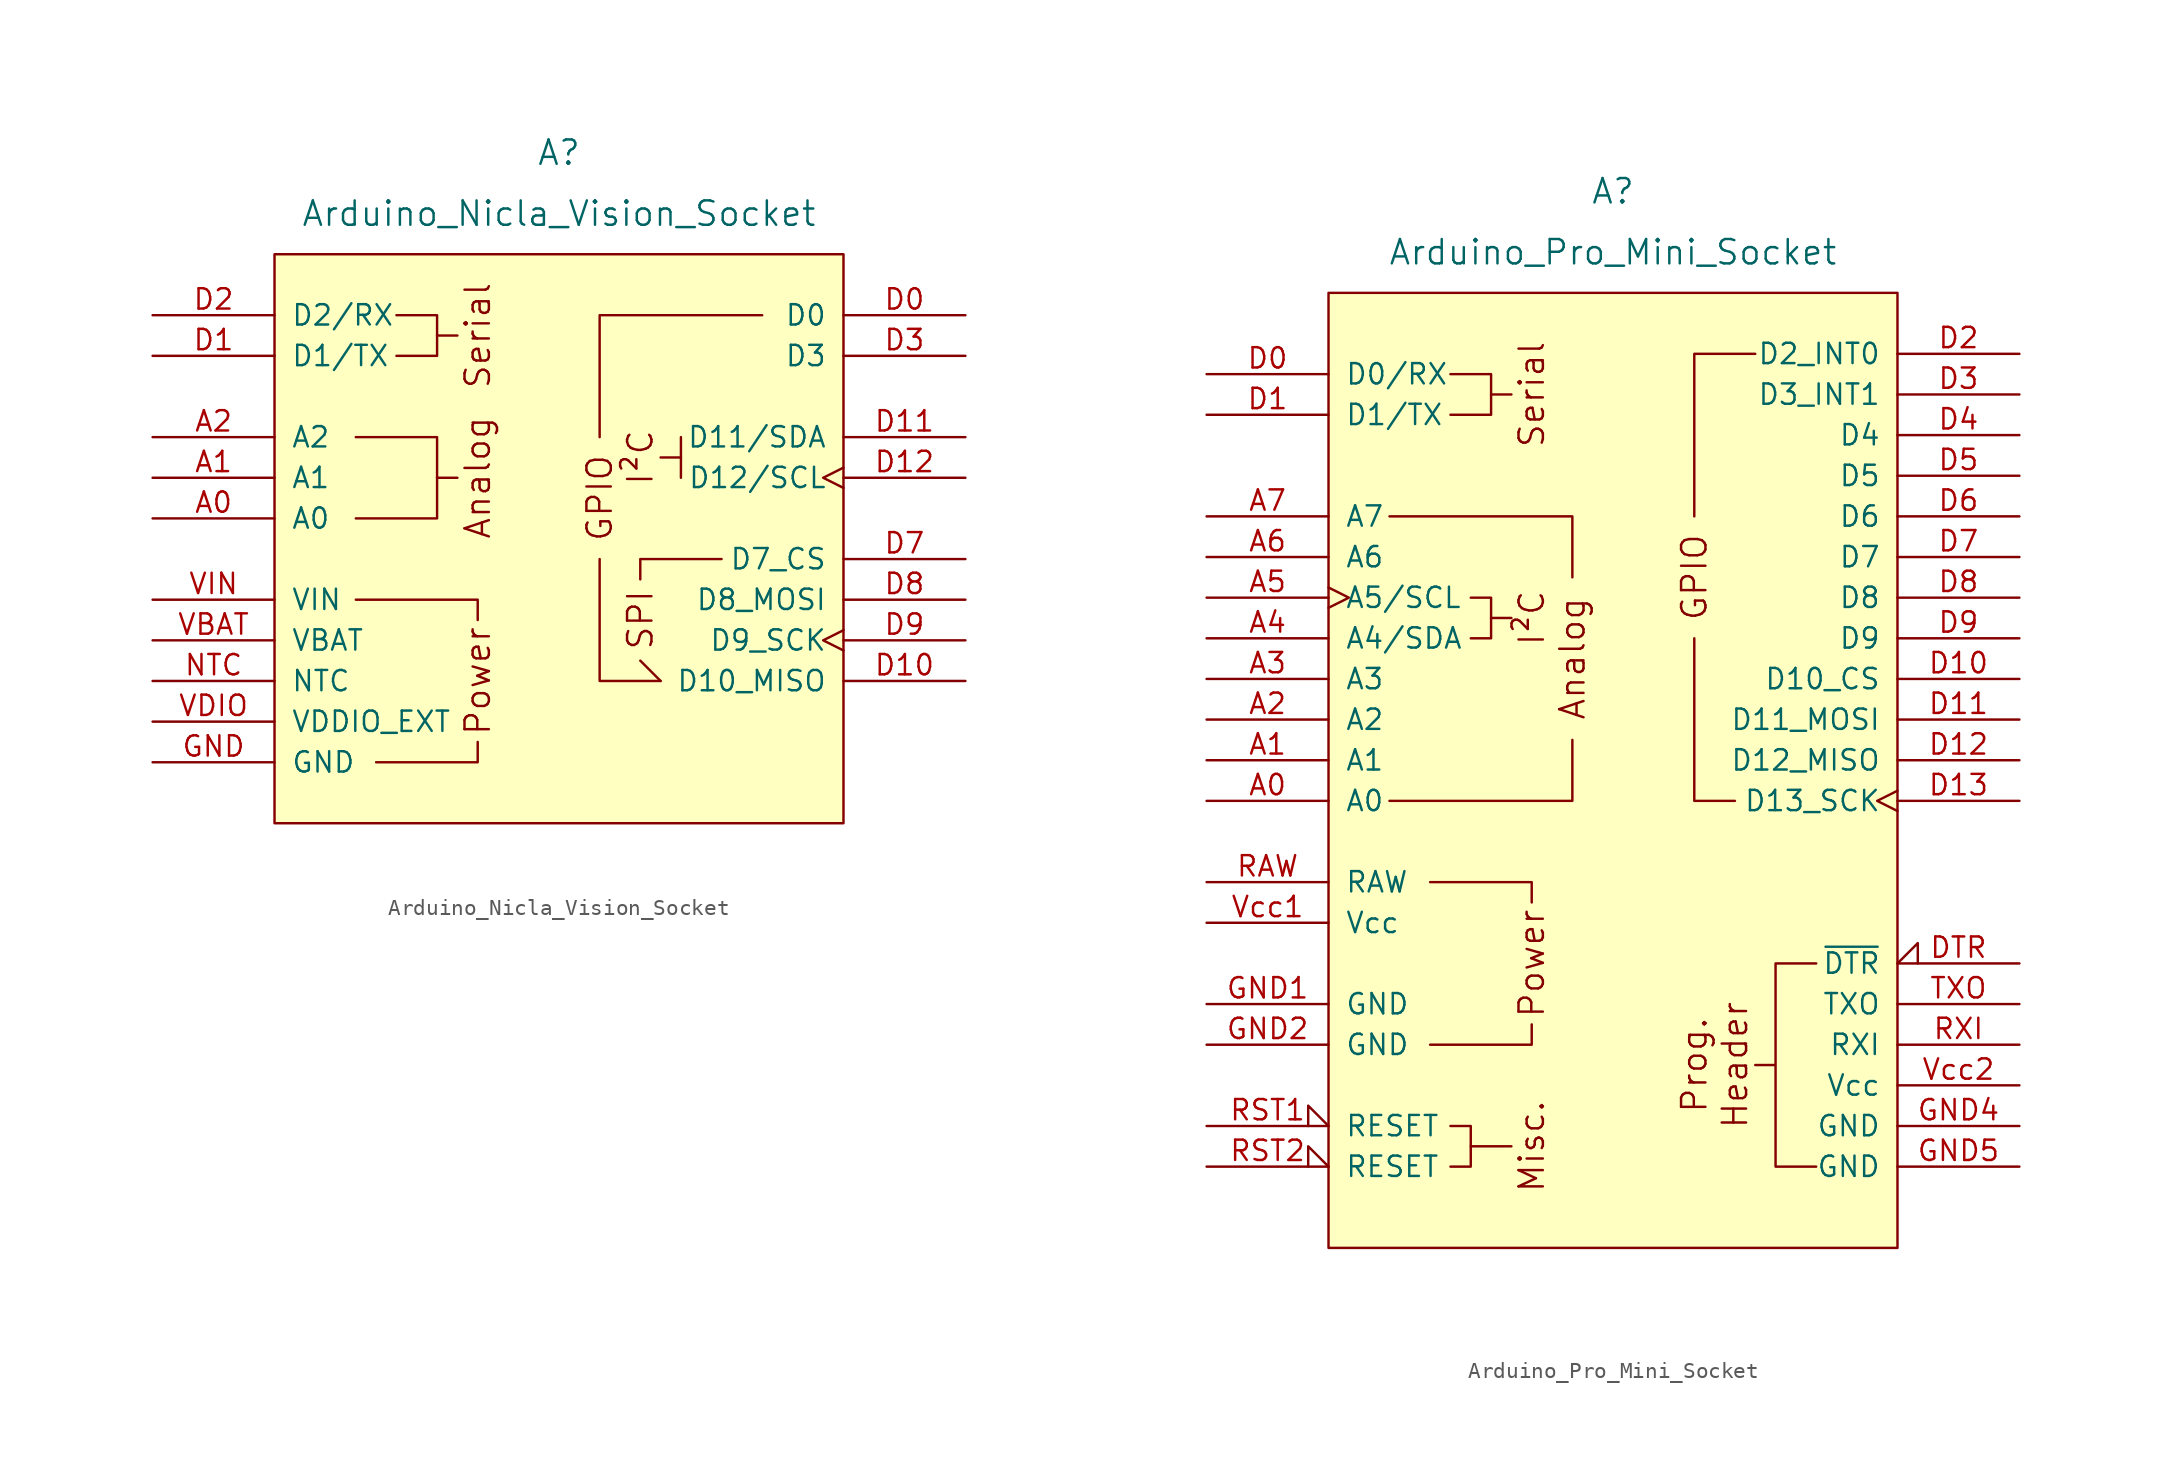
<source format=kicad_sym>
(kicad_symbol_lib
  (version 20241209)
  (generator "kicad_symbol_editor")
  (generator_version "9.0")
  (symbol "Arduino_Nicla_Vision_Socket"
    (pin_names
      (offset 1.016))
    (property "Reference" "A"
      (at 0 33.02 0)
      (effects (font (size 1.524 1.524))))
    (property "Value" "Arduino_Nicla_Vision_Socket"
      (at 0 29.21 0)
      (effects (font (size 1.524 1.524))))
    (symbol "Arduino_Nicla_Vision_Socket_0_0"
      (rectangle (start -17.78 26.67) (end 17.78 -8.89) (stroke (width 0) (type default)) (fill (type background)))
      (polyline (pts (xy -11.43 -5.08) (xy -5.08 -5.08) (xy -5.08 -3.81)) (stroke (width 0) (type default)) (fill (type none)))
      (polyline (pts (xy -10.16 22.86) (xy -7.62 22.86) (xy -7.62 20.32) (xy -10.16 20.32)) (stroke (width 0) (type default)) (fill (type none)))
      (polyline (pts (xy -7.62 21.59) (xy -6.35 21.59)) (stroke (width 0) (type default)) (fill (type none)))
      (polyline (pts (xy -7.62 12.7) (xy -6.35 12.7)) (stroke (width 0) (type default)) (fill (type none)))
      (polyline (pts (xy -5.08 3.81) (xy -5.08 5.08) (xy -12.7 5.08)) (stroke (width 0) (type default)) (fill (type none)))
      (polyline (pts (xy 5.08 6.35) (xy 5.08 6.35) (xy 5.08 7.62) (xy 10.16 7.62)) (stroke (width 0) (type default)) (fill (type none)))
      (polyline (pts (xy 6.35 0) (xy 6.35 0) (xy 6.35 0) (xy 5.08 1.27)) (stroke (width 0) (type default)) (fill (type none)))
      (polyline (pts (xy 7.62 13.97) (xy 6.35 13.97)) (stroke (width 0) (type default)) (fill (type none)))
      (polyline (pts (xy 7.62 12.7) (xy 7.62 12.7) (xy 7.62 15.24) (xy 7.62 15.24)) (stroke (width 0) (type default)) (fill (type none)))
      (text "Serial" (at -5.08 21.59 900) (effects (font (size 1.524 1.524))))
      (text "Analog" (at -5.08 12.7 900) (effects (font (size 1.524 1.524))))
      (text "Power" (at -5.08 0 900) (effects (font (size 1.524 1.524))))
      (text "I²C" (at 5.08 13.97 900) (effects (font (size 1.524 1.524)))))
    (symbol "Arduino_Nicla_Vision_Socket_0_1"
      (polyline (pts (xy -12.7 15.24) (xy -7.62 15.24) (xy -7.62 12.7)) (stroke (width 0) (type default)) (fill (type none)))
      (polyline (pts (xy -12.7 10.16) (xy -7.62 10.16) (xy -7.62 12.7)) (stroke (width 0) (type default)) (fill (type none)))
      (polyline (pts (xy 6.35 0) (xy 2.54 0) (xy 2.54 7.62)) (stroke (width 0) (type default)) (fill (type none)))
      (polyline (pts (xy 12.7 22.86) (xy 2.54 22.86) (xy 2.54 15.24)) (stroke (width 0) (type default)) (fill (type none))))
    (symbol "Arduino_Nicla_Vision_Socket_1_0"
      (text "GPIO" (at 2.54 11.43 900) (effects (font (size 1.524 1.524))))
      (text "SPI" (at 5.08 3.81 900) (effects (font (size 1.524 1.524)))))
    (symbol "Arduino_Nicla_Vision_Socket_1_1"
      (pin bidirectional line (at -25.4 22.86 0) (length 7.62) (name "D2/RX" (effects (font (size 1.27 1.27)))) (number "D2" (effects (font (size 1.27 1.27)))))
      (pin bidirectional line (at -25.4 20.32 0) (length 7.62) (name "D1/TX" (effects (font (size 1.27 1.27)))) (number "D1" (effects (font (size 1.27 1.27)))))
      (pin bidirectional line (at -25.4 15.24 0) (length 7.62) (name "A2" (effects (font (size 1.27 1.27)))) (number "A2" (effects (font (size 1.27 1.27)))))
      (pin bidirectional line (at -25.4 12.7 0) (length 7.62) (name "A1" (effects (font (size 1.27 1.27)))) (number "A1" (effects (font (size 1.27 1.27)))))
      (pin bidirectional line (at -25.4 10.16 0) (length 7.62) (name "A0" (effects (font (size 1.27 1.27)))) (number "A0" (effects (font (size 1.27 1.27)))))
      (pin power_in line (at -25.4 5.08 0) (length 7.62) (name "VIN" (effects (font (size 1.27 1.27)))) (number "VIN" (effects (font (size 1.27 1.27)))))
      (pin power_in line (at -25.4 2.54 0) (length 7.62) (name "VBAT" (effects (font (size 1.27 1.27)))) (number "VBAT" (effects (font (size 1.27 1.27)))))
      (pin input line (at -25.4 0 0) (length 7.62) (name "NTC" (effects (font (size 1.27 1.27)))) (number "NTC" (effects (font (size 1.27 1.27)))))
      (pin power_out line (at -25.4 -2.54 0) (length 7.62) (name "VDDIO_EXT" (effects (font (size 1.27 1.27)))) (number "VDIO" (effects (font (size 1.27 1.27)))))
      (pin power_in line (at -25.4 -5.08 0) (length 7.62) (name "GND" (effects (font (size 1.27 1.27)))) (number "GND" (effects (font (size 1.27 1.27)))))
      (pin bidirectional line (at 25.4 22.86 180) (length 7.62) (name "D0" (effects (font (size 1.27 1.27)))) (number "D0" (effects (font (size 1.27 1.27)))))
      (pin bidirectional line (at 25.4 20.32 180) (length 7.62) (name "D3" (effects (font (size 1.27 1.27)))) (number "D3" (effects (font (size 1.27 1.27)))))
      (pin bidirectional line (at 25.4 15.24 180) (length 7.62) (name "D11/SDA" (effects (font (size 1.27 1.27)))) (number "D11" (effects (font (size 1.27 1.27)))))
      (pin bidirectional clock (at 25.4 12.7 180) (length 7.62) (name "D12/SCL" (effects (font (size 1.27 1.27)))) (number "D12" (effects (font (size 1.27 1.27)))))
      (pin bidirectional line (at 25.4 7.62 180) (length 7.62) (name "D7_CS" (effects (font (size 1.27 1.27)))) (number "D7" (effects (font (size 1.27 1.27)))))
      (pin bidirectional line (at 25.4 5.08 180) (length 7.62) (name "D8_MOSI" (effects (font (size 1.27 1.27)))) (number "D8" (effects (font (size 1.27 1.27)))))
      (pin bidirectional clock (at 25.4 2.54 180) (length 7.62) (name "D9_SCK" (effects (font (size 1.27 1.27)))) (number "D9" (effects (font (size 1.27 1.27)))))
      (pin bidirectional line (at 25.4 0 180) (length 7.62) (name "D10_MISO" (effects (font (size 1.27 1.27)))) (number "D10" (effects (font (size 1.27 1.27)))))))
  (symbol "Arduino_Pro_Mini_Socket"
    (pin_names
      (offset 1.016))
    (property "Reference" "A"
      (at 0 36.83 0)
      (effects (font (size 1.524 1.524))))
    (property "Value" "Arduino_Pro_Mini_Socket"
      (at 0 33.02 0)
      (effects (font (size 1.524 1.524))))
    (symbol "Arduino_Pro_Mini_Socket_0_0"
      (rectangle (start -17.78 30.48) (end 17.78 -29.21) (stroke (width 0) (type default)) (fill (type background)))
      (polyline (pts (xy -11.43 -16.51) (xy -5.08 -16.51) (xy -5.08 -15.24)) (stroke (width 0) (type default)) (fill (type none)))
      (polyline (pts (xy -10.16 25.4) (xy -7.62 25.4) (xy -7.62 22.86) (xy -10.16 22.86)) (stroke (width 0) (type default)) (fill (type none)))
      (polyline (pts (xy -8.89 11.43) (xy -7.62 11.43) (xy -7.62 8.89) (xy -8.89 8.89)) (stroke (width 0) (type default)) (fill (type none)))
      (polyline (pts (xy -7.62 24.13) (xy -6.35 24.13)) (stroke (width 0) (type default)) (fill (type none)))
      (polyline (pts (xy -7.62 10.16) (xy -6.35 10.16)) (stroke (width 0) (type default)) (fill (type none)))
      (polyline (pts (xy -6.35 -22.86) (xy -8.89 -22.86)) (stroke (width 0) (type default)) (fill (type none)))
      (polyline (pts (xy -5.08 -7.62) (xy -5.08 -6.35) (xy -11.43 -6.35)) (stroke (width 0) (type default)) (fill (type none)))
      (polyline (pts (xy -2.54 12.7) (xy -2.54 16.51) (xy -13.97 16.51)) (stroke (width 0) (type default)) (fill (type none)))
      (polyline (pts (xy -2.54 2.54) (xy -2.54 -1.27) (xy -13.97 -1.27)) (stroke (width 0) (type default)) (fill (type none)))
      (polyline (pts (xy 12.7 -11.43) (xy 10.16 -11.43) (xy 10.16 -16.51) (xy 10.16 -17.78) (xy 8.89 -17.78) (xy 10.16 -17.78) (xy 10.16 -24.13) (xy 12.7 -24.13)) (stroke (width 0) (type default)) (fill (type none)))
      (text "Serial" (at -5.08 24.13 900) (effects (font (size 1.524 1.524))))
      (text "I²C" (at -5.08 10.16 900) (effects (font (size 1.524 1.524))))
      (text "Power" (at -5.08 -11.43 900) (effects (font (size 1.524 1.524))))
      (text "Misc." (at -5.08 -22.86 900) (effects (font (size 1.524 1.524))))
      (text "Analog" (at -2.54 7.62 900) (effects (font (size 1.524 1.524))))
      (text "Prog." (at 5.08 -17.78 900) (effects (font (size 1.524 1.524))))
      (text "Header" (at 7.62 -17.78 900) (effects (font (size 1.524 1.524)))))
    (symbol "Arduino_Pro_Mini_Socket_0_1"
      (polyline (pts (xy -10.16 -24.13) (xy -8.89 -24.13) (xy -8.89 -21.59) (xy -10.16 -21.59)) (stroke (width 0) (type default)) (fill (type none)))
      (polyline (pts (xy 7.62 -1.27) (xy 5.08 -1.27) (xy 5.08 8.89)) (stroke (width 0) (type default)) (fill (type none)))
      (polyline (pts (xy 8.89 26.67) (xy 5.08 26.67) (xy 5.08 16.51)) (stroke (width 0) (type default)) (fill (type none))))
    (symbol "Arduino_Pro_Mini_Socket_1_0"
      (text "GPIO" (at 5.08 12.7 900) (effects (font (size 1.524 1.524)))))
    (symbol "Arduino_Pro_Mini_Socket_1_1"
      (pin bidirectional line (at -25.4 25.4 0) (length 7.62) (name "D0/RX" (effects (font (size 1.27 1.27)))) (number "D0" (effects (font (size 1.27 1.27)))))
      (pin bidirectional line (at -25.4 22.86 0) (length 7.62) (name "D1/TX" (effects (font (size 1.27 1.27)))) (number "D1" (effects (font (size 1.27 1.27)))))
      (pin input line (at -25.4 16.51 0) (length 7.62) (name "A7" (effects (font (size 1.27 1.27)))) (number "A7" (effects (font (size 1.27 1.27)))))
      (pin input line (at -25.4 13.97 0) (length 7.62) (name "A6" (effects (font (size 1.27 1.27)))) (number "A6" (effects (font (size 1.27 1.27)))))
      (pin bidirectional clock (at -25.4 11.43 0) (length 7.62) (name "A5/SCL" (effects (font (size 1.27 1.27)))) (number "A5" (effects (font (size 1.27 1.27)))))
      (pin bidirectional line (at -25.4 8.89 0) (length 7.62) (name "A4/SDA" (effects (font (size 1.27 1.27)))) (number "A4" (effects (font (size 1.27 1.27)))))
      (pin bidirectional line (at -25.4 6.35 0) (length 7.62) (name "A3" (effects (font (size 1.27 1.27)))) (number "A3" (effects (font (size 1.27 1.27)))))
      (pin bidirectional line (at -25.4 3.81 0) (length 7.62) (name "A2" (effects (font (size 1.27 1.27)))) (number "A2" (effects (font (size 1.27 1.27)))))
      (pin bidirectional line (at -25.4 1.27 0) (length 7.62) (name "A1" (effects (font (size 1.27 1.27)))) (number "A1" (effects (font (size 1.27 1.27)))))
      (pin bidirectional line (at -25.4 -1.27 0) (length 7.62) (name "A0" (effects (font (size 1.27 1.27)))) (number "A0" (effects (font (size 1.27 1.27)))))
      (pin power_in line (at -25.4 -6.35 0) (length 7.62) (name "RAW" (effects (font (size 1.27 1.27)))) (number "RAW" (effects (font (size 1.27 1.27)))))
      (pin power_in line (at -25.4 -8.89 0) (length 7.62) (name "Vcc" (effects (font (size 1.27 1.27)))) (number "Vcc1" (effects (font (size 1.27 1.27)))))
      (pin power_in line (at -25.4 -13.97 0) (length 7.62) (name "GND" (effects (font (size 1.27 1.27)))) (number "GND1" (effects (font (size 1.27 1.27)))))
      (pin power_in line (at -25.4 -16.51 0) (length 7.62) (name "GND" (effects (font (size 1.27 1.27)))) (number "GND2" (effects (font (size 1.27 1.27)))))
      (pin open_collector input_low (at -25.4 -21.59 0) (length 7.62) (name "RESET" (effects (font (size 1.27 1.27)))) (number "RST1" (effects (font (size 1.27 1.27)))))
      (pin open_collector input_low (at -25.4 -24.13 0) (length 7.62) (name "RESET" (effects (font (size 1.27 1.27)))) (number "RST2" (effects (font (size 1.27 1.27)))))
      (pin bidirectional line (at 25.4 26.67 180) (length 7.62) (name "D2_INT0" (effects (font (size 1.27 1.27)))) (number "D2" (effects (font (size 1.27 1.27)))))
      (pin bidirectional line (at 25.4 24.13 180) (length 7.62) (name "D3_INT1" (effects (font (size 1.27 1.27)))) (number "D3" (effects (font (size 1.27 1.27)))))
      (pin bidirectional line (at 25.4 21.59 180) (length 7.62) (name "D4" (effects (font (size 1.27 1.27)))) (number "D4" (effects (font (size 1.27 1.27)))))
      (pin bidirectional line (at 25.4 19.05 180) (length 7.62) (name "D5" (effects (font (size 1.27 1.27)))) (number "D5" (effects (font (size 1.27 1.27)))))
      (pin bidirectional line (at 25.4 16.51 180) (length 7.62) (name "D6" (effects (font (size 1.27 1.27)))) (number "D6" (effects (font (size 1.27 1.27)))))
      (pin bidirectional line (at 25.4 13.97 180) (length 7.62) (name "D7" (effects (font (size 1.27 1.27)))) (number "D7" (effects (font (size 1.27 1.27)))))
      (pin bidirectional line (at 25.4 11.43 180) (length 7.62) (name "D8" (effects (font (size 1.27 1.27)))) (number "D8" (effects (font (size 1.27 1.27)))))
      (pin bidirectional line (at 25.4 8.89 180) (length 7.62) (name "D9" (effects (font (size 1.27 1.27)))) (number "D9" (effects (font (size 1.27 1.27)))))
      (pin bidirectional line (at 25.4 6.35 180) (length 7.62) (name "D10_CS" (effects (font (size 1.27 1.27)))) (number "D10" (effects (font (size 1.27 1.27)))))
      (pin bidirectional line (at 25.4 3.81 180) (length 7.62) (name "D11_MOSI" (effects (font (size 1.27 1.27)))) (number "D11" (effects (font (size 1.27 1.27)))))
      (pin bidirectional line (at 25.4 1.27 180) (length 7.62) (name "D12_MISO" (effects (font (size 1.27 1.27)))) (number "D12" (effects (font (size 1.27 1.27)))))
      (pin bidirectional clock (at 25.4 -1.27 180) (length 7.62) (name "D13_SCK" (effects (font (size 1.27 1.27)))) (number "D13" (effects (font (size 1.27 1.27)))))
      (pin input input_low (at 25.4 -11.43 180) (length 7.62) (name "~{DTR}" (effects (font (size 1.27 1.27)))) (number "DTR" (effects (font (size 1.27 1.27)))))
      (pin output line (at 25.4 -13.97 180) (length 7.62) (name "TXO" (effects (font (size 1.27 1.27)))) (number "TXO" (effects (font (size 1.27 1.27)))))
      (pin input line (at 25.4 -16.51 180) (length 7.62) (name "RXI" (effects (font (size 1.27 1.27)))) (number "RXI" (effects (font (size 1.27 1.27)))))
      (pin power_in line (at 25.4 -19.05 180) (length 7.62) (name "Vcc" (effects (font (size 1.27 1.27)))) (number "Vcc2" (effects (font (size 1.27 1.27)))))
      (pin power_in line (at 25.4 -21.59 180) (length 7.62) (name "GND" (effects (font (size 1.27 1.27)))) (number "GND4" (effects (font (size 1.27 1.27)))))
      (pin power_in line (at 25.4 -24.13 180) (length 7.62) (name "GND" (effects (font (size 1.27 1.27)))) (number "GND5" (effects (font (size 1.27 1.27))))))))
</source>
